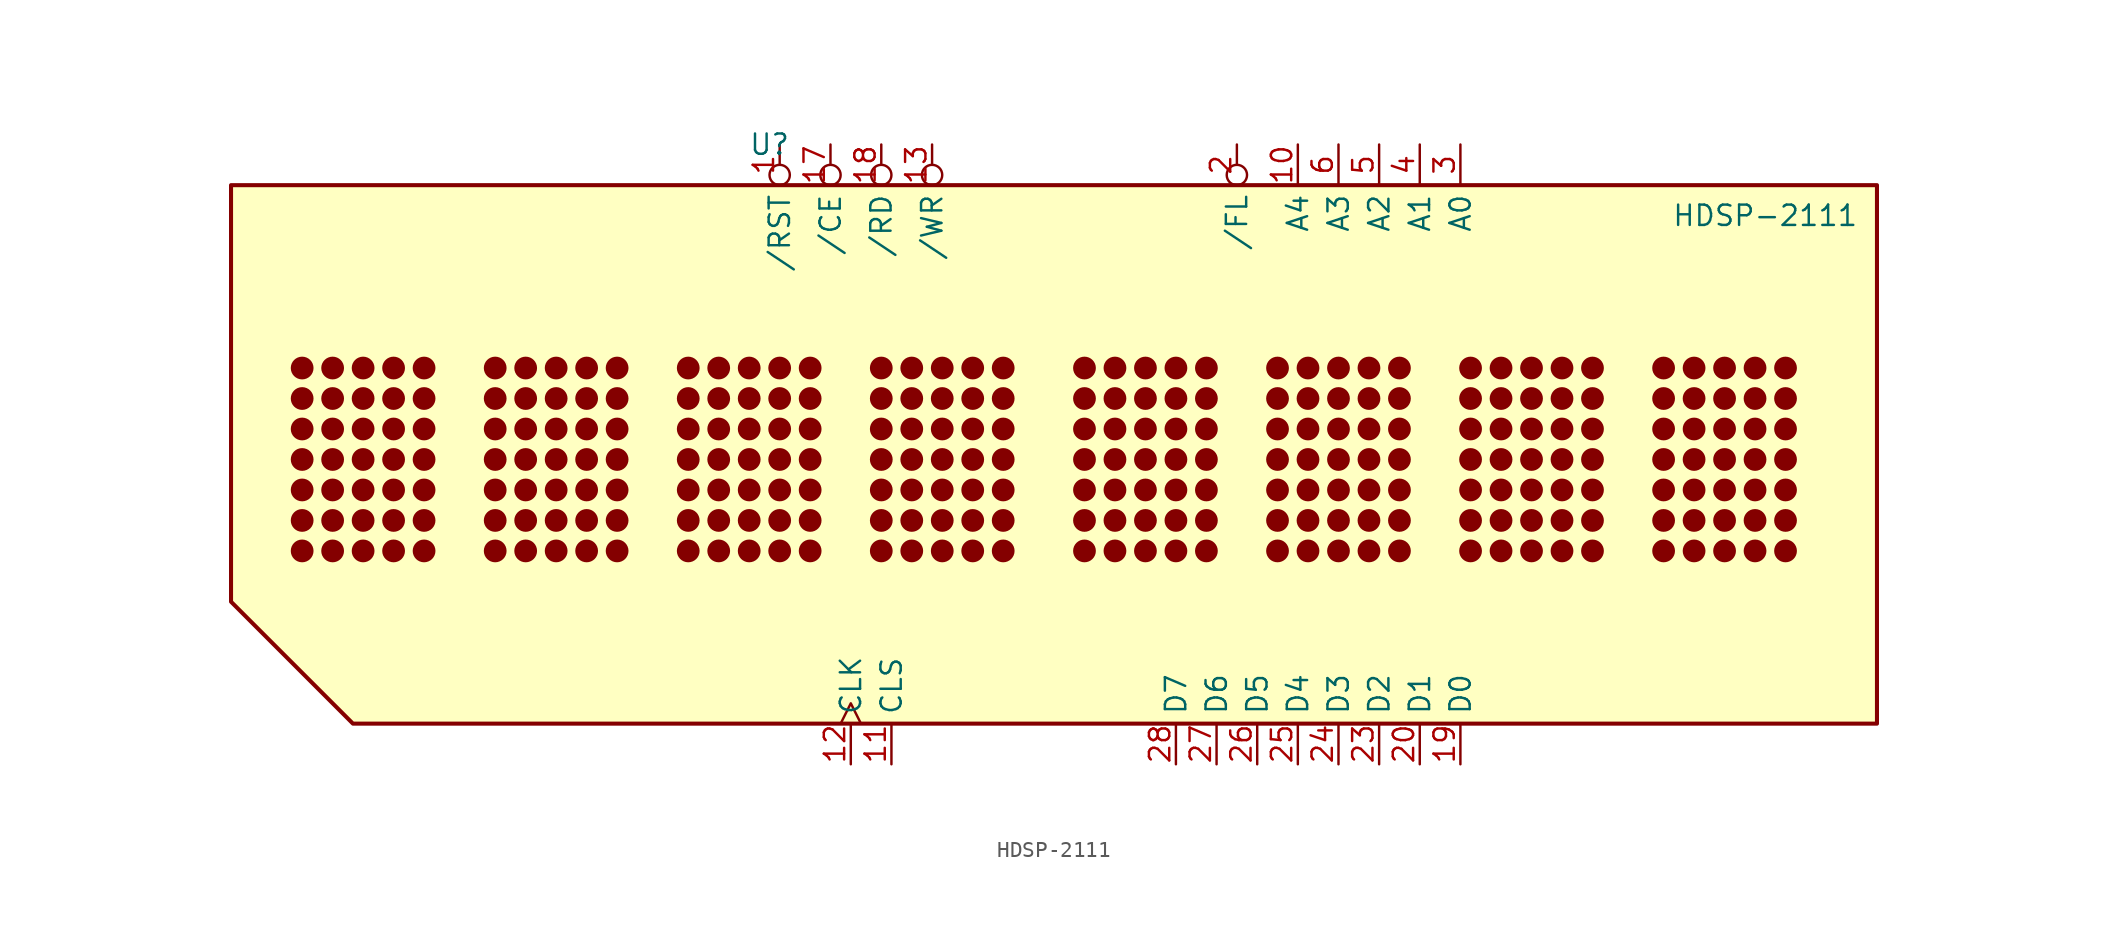
<source format=kicad_sym>
(kicad_symbol_lib
  (version 20211014)
  (generator kicad_symbol_editor)
  (symbol "HDSP-2111"
    (property "Reference" "U"
      (at -17.78 19.685 0)
      (effects (font (size 1.27 1.27))))
    (property "Value" "HDSP-2111"
      (at 44.45 15.24 0)
      (effects (font (size 1.27 1.27))))
    (symbol "HDSP-2111_0_1"
      (circle (center -46.99 -5.715) (radius 0.635) (stroke (width 0) (type default) (color 0 0 0 0)) (fill (type outline)))
      (circle (center -46.99 -3.81) (radius 0.635) (stroke (width 0) (type default) (color 0 0 0 0)) (fill (type outline)))
      (circle (center -46.99 -1.905) (radius 0.635) (stroke (width 0) (type default) (color 0 0 0 0)) (fill (type outline)))
      (circle (center -46.99 0) (radius 0.635) (stroke (width 0) (type default) (color 0 0 0 0)) (fill (type outline)))
      (circle (center -46.99 1.905) (radius 0.635) (stroke (width 0) (type default) (color 0 0 0 0)) (fill (type outline)))
      (circle (center -46.99 3.81) (radius 0.635) (stroke (width 0) (type default) (color 0 0 0 0)) (fill (type outline)))
      (circle (center -46.99 5.715) (radius 0.635) (stroke (width 0) (type default) (color 0 0 0 0)) (fill (type outline)))
      (circle (center -45.085 -5.715) (radius 0.635) (stroke (width 0) (type default) (color 0 0 0 0)) (fill (type outline)))
      (circle (center -45.085 -3.81) (radius 0.635) (stroke (width 0) (type default) (color 0 0 0 0)) (fill (type outline)))
      (circle (center -45.085 -1.905) (radius 0.635) (stroke (width 0) (type default) (color 0 0 0 0)) (fill (type outline)))
      (circle (center -45.085 0) (radius 0.635) (stroke (width 0) (type default) (color 0 0 0 0)) (fill (type outline)))
      (circle (center -45.085 1.905) (radius 0.635) (stroke (width 0) (type default) (color 0 0 0 0)) (fill (type outline)))
      (circle (center -45.085 3.81) (radius 0.635) (stroke (width 0) (type default) (color 0 0 0 0)) (fill (type outline)))
      (circle (center -45.085 5.715) (radius 0.635) (stroke (width 0) (type default) (color 0 0 0 0)) (fill (type outline)))
      (circle (center -43.18 -5.715) (radius 0.635) (stroke (width 0) (type default) (color 0 0 0 0)) (fill (type outline)))
      (circle (center -43.18 -3.81) (radius 0.635) (stroke (width 0) (type default) (color 0 0 0 0)) (fill (type outline)))
      (circle (center -43.18 -1.905) (radius 0.635) (stroke (width 0) (type default) (color 0 0 0 0)) (fill (type outline)))
      (circle (center -43.18 0) (radius 0.635) (stroke (width 0) (type default) (color 0 0 0 0)) (fill (type outline)))
      (circle (center -43.18 1.905) (radius 0.635) (stroke (width 0) (type default) (color 0 0 0 0)) (fill (type outline)))
      (circle (center -43.18 3.81) (radius 0.635) (stroke (width 0) (type default) (color 0 0 0 0)) (fill (type outline)))
      (circle (center -43.18 5.715) (radius 0.635) (stroke (width 0) (type default) (color 0 0 0 0)) (fill (type outline)))
      (circle (center -41.275 -5.715) (radius 0.635) (stroke (width 0) (type default) (color 0 0 0 0)) (fill (type outline)))
      (circle (center -41.275 -3.81) (radius 0.635) (stroke (width 0) (type default) (color 0 0 0 0)) (fill (type outline)))
      (circle (center -41.275 -1.905) (radius 0.635) (stroke (width 0) (type default) (color 0 0 0 0)) (fill (type outline)))
      (circle (center -41.275 0) (radius 0.635) (stroke (width 0) (type default) (color 0 0 0 0)) (fill (type outline)))
      (circle (center -41.275 1.905) (radius 0.635) (stroke (width 0) (type default) (color 0 0 0 0)) (fill (type outline)))
      (circle (center -41.275 3.81) (radius 0.635) (stroke (width 0) (type default) (color 0 0 0 0)) (fill (type outline)))
      (circle (center -41.275 5.715) (radius 0.635) (stroke (width 0) (type default) (color 0 0 0 0)) (fill (type outline)))
      (circle (center -39.37 -5.715) (radius 0.635) (stroke (width 0) (type default) (color 0 0 0 0)) (fill (type outline)))
      (circle (center -39.37 -3.81) (radius 0.635) (stroke (width 0) (type default) (color 0 0 0 0)) (fill (type outline)))
      (circle (center -39.37 -1.905) (radius 0.635) (stroke (width 0) (type default) (color 0 0 0 0)) (fill (type outline)))
      (circle (center -39.37 0) (radius 0.635) (stroke (width 0) (type default) (color 0 0 0 0)) (fill (type outline)))
      (circle (center -39.37 1.905) (radius 0.635) (stroke (width 0) (type default) (color 0 0 0 0)) (fill (type outline)))
      (circle (center -39.37 3.81) (radius 0.635) (stroke (width 0) (type default) (color 0 0 0 0)) (fill (type outline)))
      (circle (center -39.37 5.715) (radius 0.635) (stroke (width 0) (type default) (color 0 0 0 0)) (fill (type outline)))
      (circle (center -34.925 -5.715) (radius 0.635) (stroke (width 0) (type default) (color 0 0 0 0)) (fill (type outline)))
      (circle (center -34.925 -3.81) (radius 0.635) (stroke (width 0) (type default) (color 0 0 0 0)) (fill (type outline)))
      (circle (center -34.925 -1.905) (radius 0.635) (stroke (width 0) (type default) (color 0 0 0 0)) (fill (type outline)))
      (circle (center -34.925 0) (radius 0.635) (stroke (width 0) (type default) (color 0 0 0 0)) (fill (type outline)))
      (circle (center -34.925 1.905) (radius 0.635) (stroke (width 0) (type default) (color 0 0 0 0)) (fill (type outline)))
      (circle (center -34.925 3.81) (radius 0.635) (stroke (width 0) (type default) (color 0 0 0 0)) (fill (type outline)))
      (circle (center -34.925 5.715) (radius 0.635) (stroke (width 0) (type default) (color 0 0 0 0)) (fill (type outline)))
      (circle (center -33.02 -5.715) (radius 0.635) (stroke (width 0) (type default) (color 0 0 0 0)) (fill (type outline)))
      (circle (center -33.02 -3.81) (radius 0.635) (stroke (width 0) (type default) (color 0 0 0 0)) (fill (type outline)))
      (circle (center -33.02 -1.905) (radius 0.635) (stroke (width 0) (type default) (color 0 0 0 0)) (fill (type outline)))
      (circle (center -33.02 0) (radius 0.635) (stroke (width 0) (type default) (color 0 0 0 0)) (fill (type outline)))
      (circle (center -33.02 1.905) (radius 0.635) (stroke (width 0) (type default) (color 0 0 0 0)) (fill (type outline)))
      (circle (center -33.02 3.81) (radius 0.635) (stroke (width 0) (type default) (color 0 0 0 0)) (fill (type outline)))
      (circle (center -33.02 5.715) (radius 0.635) (stroke (width 0) (type default) (color 0 0 0 0)) (fill (type outline)))
      (circle (center -31.115 -5.715) (radius 0.635) (stroke (width 0) (type default) (color 0 0 0 0)) (fill (type outline)))
      (circle (center -31.115 -3.81) (radius 0.635) (stroke (width 0) (type default) (color 0 0 0 0)) (fill (type outline)))
      (circle (center -31.115 -1.905) (radius 0.635) (stroke (width 0) (type default) (color 0 0 0 0)) (fill (type outline)))
      (circle (center -31.115 0) (radius 0.635) (stroke (width 0) (type default) (color 0 0 0 0)) (fill (type outline)))
      (circle (center -31.115 1.905) (radius 0.635) (stroke (width 0) (type default) (color 0 0 0 0)) (fill (type outline)))
      (circle (center -31.115 3.81) (radius 0.635) (stroke (width 0) (type default) (color 0 0 0 0)) (fill (type outline)))
      (circle (center -31.115 5.715) (radius 0.635) (stroke (width 0) (type default) (color 0 0 0 0)) (fill (type outline)))
      (circle (center -29.21 -5.715) (radius 0.635) (stroke (width 0) (type default) (color 0 0 0 0)) (fill (type outline)))
      (circle (center -29.21 -3.81) (radius 0.635) (stroke (width 0) (type default) (color 0 0 0 0)) (fill (type outline)))
      (circle (center -29.21 -1.905) (radius 0.635) (stroke (width 0) (type default) (color 0 0 0 0)) (fill (type outline)))
      (circle (center -29.21 0) (radius 0.635) (stroke (width 0) (type default) (color 0 0 0 0)) (fill (type outline)))
      (circle (center -29.21 1.905) (radius 0.635) (stroke (width 0) (type default) (color 0 0 0 0)) (fill (type outline)))
      (circle (center -29.21 3.81) (radius 0.635) (stroke (width 0) (type default) (color 0 0 0 0)) (fill (type outline)))
      (circle (center -29.21 5.715) (radius 0.635) (stroke (width 0) (type default) (color 0 0 0 0)) (fill (type outline)))
      (circle (center -27.305 -5.715) (radius 0.635) (stroke (width 0) (type default) (color 0 0 0 0)) (fill (type outline)))
      (circle (center -27.305 -3.81) (radius 0.635) (stroke (width 0) (type default) (color 0 0 0 0)) (fill (type outline)))
      (circle (center -27.305 -1.905) (radius 0.635) (stroke (width 0) (type default) (color 0 0 0 0)) (fill (type outline)))
      (circle (center -27.305 0) (radius 0.635) (stroke (width 0) (type default) (color 0 0 0 0)) (fill (type outline)))
      (circle (center -27.305 1.905) (radius 0.635) (stroke (width 0) (type default) (color 0 0 0 0)) (fill (type outline)))
      (circle (center -27.305 3.81) (radius 0.635) (stroke (width 0) (type default) (color 0 0 0 0)) (fill (type outline)))
      (circle (center -27.305 5.715) (radius 0.635) (stroke (width 0) (type default) (color 0 0 0 0)) (fill (type outline)))
      (circle (center -22.86 -5.715) (radius 0.635) (stroke (width 0) (type default) (color 0 0 0 0)) (fill (type outline)))
      (circle (center -22.86 -3.81) (radius 0.635) (stroke (width 0) (type default) (color 0 0 0 0)) (fill (type outline)))
      (circle (center -22.86 -1.905) (radius 0.635) (stroke (width 0) (type default) (color 0 0 0 0)) (fill (type outline)))
      (circle (center -22.86 0) (radius 0.635) (stroke (width 0) (type default) (color 0 0 0 0)) (fill (type outline)))
      (circle (center -22.86 1.905) (radius 0.635) (stroke (width 0) (type default) (color 0 0 0 0)) (fill (type outline)))
      (circle (center -22.86 3.81) (radius 0.635) (stroke (width 0) (type default) (color 0 0 0 0)) (fill (type outline)))
      (circle (center -22.86 5.715) (radius 0.635) (stroke (width 0) (type default) (color 0 0 0 0)) (fill (type outline)))
      (circle (center -20.955 -5.715) (radius 0.635) (stroke (width 0) (type default) (color 0 0 0 0)) (fill (type outline)))
      (circle (center -20.955 -3.81) (radius 0.635) (stroke (width 0) (type default) (color 0 0 0 0)) (fill (type outline)))
      (circle (center -20.955 -1.905) (radius 0.635) (stroke (width 0) (type default) (color 0 0 0 0)) (fill (type outline)))
      (circle (center -20.955 0) (radius 0.635) (stroke (width 0) (type default) (color 0 0 0 0)) (fill (type outline)))
      (circle (center -20.955 1.905) (radius 0.635) (stroke (width 0) (type default) (color 0 0 0 0)) (fill (type outline)))
      (circle (center -20.955 3.81) (radius 0.635) (stroke (width 0) (type default) (color 0 0 0 0)) (fill (type outline)))
      (circle (center -20.955 5.715) (radius 0.635) (stroke (width 0) (type default) (color 0 0 0 0)) (fill (type outline)))
      (circle (center -19.05 -5.715) (radius 0.635) (stroke (width 0) (type default) (color 0 0 0 0)) (fill (type outline)))
      (circle (center -19.05 -3.81) (radius 0.635) (stroke (width 0) (type default) (color 0 0 0 0)) (fill (type outline)))
      (circle (center -19.05 -1.905) (radius 0.635) (stroke (width 0) (type default) (color 0 0 0 0)) (fill (type outline)))
      (circle (center -19.05 0) (radius 0.635) (stroke (width 0) (type default) (color 0 0 0 0)) (fill (type outline)))
      (circle (center -19.05 1.905) (radius 0.635) (stroke (width 0) (type default) (color 0 0 0 0)) (fill (type outline)))
      (circle (center -19.05 3.81) (radius 0.635) (stroke (width 0) (type default) (color 0 0 0 0)) (fill (type outline)))
      (circle (center -19.05 5.715) (radius 0.635) (stroke (width 0) (type default) (color 0 0 0 0)) (fill (type outline)))
      (circle (center -17.145 -5.715) (radius 0.635) (stroke (width 0) (type default) (color 0 0 0 0)) (fill (type outline)))
      (circle (center -17.145 -3.81) (radius 0.635) (stroke (width 0) (type default) (color 0 0 0 0)) (fill (type outline)))
      (circle (center -17.145 -1.905) (radius 0.635) (stroke (width 0) (type default) (color 0 0 0 0)) (fill (type outline)))
      (circle (center -17.145 0) (radius 0.635) (stroke (width 0) (type default) (color 0 0 0 0)) (fill (type outline)))
      (circle (center -17.145 1.905) (radius 0.635) (stroke (width 0) (type default) (color 0 0 0 0)) (fill (type outline)))
      (circle (center -17.145 3.81) (radius 0.635) (stroke (width 0) (type default) (color 0 0 0 0)) (fill (type outline)))
      (circle (center -17.145 5.715) (radius 0.635) (stroke (width 0) (type default) (color 0 0 0 0)) (fill (type outline)))
      (circle (center -15.24 -5.715) (radius 0.635) (stroke (width 0) (type default) (color 0 0 0 0)) (fill (type outline)))
      (circle (center -15.24 -3.81) (radius 0.635) (stroke (width 0) (type default) (color 0 0 0 0)) (fill (type outline)))
      (circle (center -15.24 -1.905) (radius 0.635) (stroke (width 0) (type default) (color 0 0 0 0)) (fill (type outline)))
      (circle (center -15.24 0) (radius 0.635) (stroke (width 0) (type default) (color 0 0 0 0)) (fill (type outline)))
      (circle (center -15.24 1.905) (radius 0.635) (stroke (width 0) (type default) (color 0 0 0 0)) (fill (type outline)))
      (circle (center -15.24 3.81) (radius 0.635) (stroke (width 0) (type default) (color 0 0 0 0)) (fill (type outline)))
      (circle (center -15.24 5.715) (radius 0.635) (stroke (width 0) (type default) (color 0 0 0 0)) (fill (type outline)))
      (circle (center -10.795 -5.715) (radius 0.635) (stroke (width 0) (type default) (color 0 0 0 0)) (fill (type outline)))
      (circle (center -10.795 -3.81) (radius 0.635) (stroke (width 0) (type default) (color 0 0 0 0)) (fill (type outline)))
      (circle (center -10.795 -1.905) (radius 0.635) (stroke (width 0) (type default) (color 0 0 0 0)) (fill (type outline)))
      (circle (center -10.795 0) (radius 0.635) (stroke (width 0) (type default) (color 0 0 0 0)) (fill (type outline)))
      (circle (center -10.795 1.905) (radius 0.635) (stroke (width 0) (type default) (color 0 0 0 0)) (fill (type outline)))
      (circle (center -10.795 3.81) (radius 0.635) (stroke (width 0) (type default) (color 0 0 0 0)) (fill (type outline)))
      (circle (center -10.795 5.715) (radius 0.635) (stroke (width 0) (type default) (color 0 0 0 0)) (fill (type outline)))
      (circle (center -8.89 -5.715) (radius 0.635) (stroke (width 0) (type default) (color 0 0 0 0)) (fill (type outline)))
      (circle (center -8.89 -3.81) (radius 0.635) (stroke (width 0) (type default) (color 0 0 0 0)) (fill (type outline)))
      (circle (center -8.89 -1.905) (radius 0.635) (stroke (width 0) (type default) (color 0 0 0 0)) (fill (type outline)))
      (circle (center -8.89 0) (radius 0.635) (stroke (width 0) (type default) (color 0 0 0 0)) (fill (type outline)))
      (circle (center -8.89 1.905) (radius 0.635) (stroke (width 0) (type default) (color 0 0 0 0)) (fill (type outline)))
      (circle (center -8.89 3.81) (radius 0.635) (stroke (width 0) (type default) (color 0 0 0 0)) (fill (type outline)))
      (circle (center -8.89 5.715) (radius 0.635) (stroke (width 0) (type default) (color 0 0 0 0)) (fill (type outline)))
      (circle (center -6.985 -5.715) (radius 0.635) (stroke (width 0) (type default) (color 0 0 0 0)) (fill (type outline)))
      (circle (center -6.985 -3.81) (radius 0.635) (stroke (width 0) (type default) (color 0 0 0 0)) (fill (type outline)))
      (circle (center -6.985 -1.905) (radius 0.635) (stroke (width 0) (type default) (color 0 0 0 0)) (fill (type outline)))
      (circle (center -6.985 0) (radius 0.635) (stroke (width 0) (type default) (color 0 0 0 0)) (fill (type outline)))
      (circle (center -6.985 1.905) (radius 0.635) (stroke (width 0) (type default) (color 0 0 0 0)) (fill (type outline)))
      (circle (center -6.985 3.81) (radius 0.635) (stroke (width 0) (type default) (color 0 0 0 0)) (fill (type outline)))
      (circle (center -6.985 5.715) (radius 0.635) (stroke (width 0) (type default) (color 0 0 0 0)) (fill (type outline)))
      (circle (center -5.08 -5.715) (radius 0.635) (stroke (width 0) (type default) (color 0 0 0 0)) (fill (type outline)))
      (circle (center -5.08 -3.81) (radius 0.635) (stroke (width 0) (type default) (color 0 0 0 0)) (fill (type outline)))
      (circle (center -5.08 -1.905) (radius 0.635) (stroke (width 0) (type default) (color 0 0 0 0)) (fill (type outline)))
      (circle (center -5.08 0) (radius 0.635) (stroke (width 0) (type default) (color 0 0 0 0)) (fill (type outline)))
      (circle (center -5.08 1.905) (radius 0.635) (stroke (width 0) (type default) (color 0 0 0 0)) (fill (type outline)))
      (circle (center -5.08 3.81) (radius 0.635) (stroke (width 0) (type default) (color 0 0 0 0)) (fill (type outline)))
      (circle (center -5.08 5.715) (radius 0.635) (stroke (width 0) (type default) (color 0 0 0 0)) (fill (type outline)))
      (circle (center -3.175 -5.715) (radius 0.635) (stroke (width 0) (type default) (color 0 0 0 0)) (fill (type outline)))
      (circle (center -3.175 -3.81) (radius 0.635) (stroke (width 0) (type default) (color 0 0 0 0)) (fill (type outline)))
      (circle (center -3.175 -1.905) (radius 0.635) (stroke (width 0) (type default) (color 0 0 0 0)) (fill (type outline)))
      (circle (center -3.175 0) (radius 0.635) (stroke (width 0) (type default) (color 0 0 0 0)) (fill (type outline)))
      (circle (center -3.175 1.905) (radius 0.635) (stroke (width 0) (type default) (color 0 0 0 0)) (fill (type outline)))
      (circle (center -3.175 3.81) (radius 0.635) (stroke (width 0) (type default) (color 0 0 0 0)) (fill (type outline)))
      (circle (center -3.175 5.715) (radius 0.635) (stroke (width 0) (type default) (color 0 0 0 0)) (fill (type outline)))
      (polyline (pts (xy -51.435 -8.89) (xy -43.815 -16.51) (xy 51.435 -16.51) (xy 51.435 17.145) (xy -51.435 17.145) (xy -51.435 -8.89)) (stroke (width 0.254) (type default) (color 0 0 0 0)) (fill (type background)))
      (circle (center 1.905 -5.715) (radius 0.635) (stroke (width 0) (type default) (color 0 0 0 0)) (fill (type outline)))
      (circle (center 1.905 -3.81) (radius 0.635) (stroke (width 0) (type default) (color 0 0 0 0)) (fill (type outline)))
      (circle (center 1.905 -1.905) (radius 0.635) (stroke (width 0) (type default) (color 0 0 0 0)) (fill (type outline)))
      (circle (center 1.905 0) (radius 0.635) (stroke (width 0) (type default) (color 0 0 0 0)) (fill (type outline)))
      (circle (center 1.905 1.905) (radius 0.635) (stroke (width 0) (type default) (color 0 0 0 0)) (fill (type outline)))
      (circle (center 1.905 3.81) (radius 0.635) (stroke (width 0) (type default) (color 0 0 0 0)) (fill (type outline)))
      (circle (center 1.905 5.715) (radius 0.635) (stroke (width 0) (type default) (color 0 0 0 0)) (fill (type outline)))
      (circle (center 3.81 -5.715) (radius 0.635) (stroke (width 0) (type default) (color 0 0 0 0)) (fill (type outline)))
      (circle (center 3.81 -3.81) (radius 0.635) (stroke (width 0) (type default) (color 0 0 0 0)) (fill (type outline)))
      (circle (center 3.81 -1.905) (radius 0.635) (stroke (width 0) (type default) (color 0 0 0 0)) (fill (type outline)))
      (circle (center 3.81 0) (radius 0.635) (stroke (width 0) (type default) (color 0 0 0 0)) (fill (type outline)))
      (circle (center 3.81 1.905) (radius 0.635) (stroke (width 0) (type default) (color 0 0 0 0)) (fill (type outline)))
      (circle (center 3.81 3.81) (radius 0.635) (stroke (width 0) (type default) (color 0 0 0 0)) (fill (type outline)))
      (circle (center 3.81 5.715) (radius 0.635) (stroke (width 0) (type default) (color 0 0 0 0)) (fill (type outline)))
      (circle (center 5.715 -5.715) (radius 0.635) (stroke (width 0) (type default) (color 0 0 0 0)) (fill (type outline)))
      (circle (center 5.715 -3.81) (radius 0.635) (stroke (width 0) (type default) (color 0 0 0 0)) (fill (type outline)))
      (circle (center 5.715 -1.905) (radius 0.635) (stroke (width 0) (type default) (color 0 0 0 0)) (fill (type outline)))
      (circle (center 5.715 0) (radius 0.635) (stroke (width 0) (type default) (color 0 0 0 0)) (fill (type outline)))
      (circle (center 5.715 1.905) (radius 0.635) (stroke (width 0) (type default) (color 0 0 0 0)) (fill (type outline)))
      (circle (center 5.715 3.81) (radius 0.635) (stroke (width 0) (type default) (color 0 0 0 0)) (fill (type outline)))
      (circle (center 5.715 5.715) (radius 0.635) (stroke (width 0) (type default) (color 0 0 0 0)) (fill (type outline)))
      (circle (center 7.62 -5.715) (radius 0.635) (stroke (width 0) (type default) (color 0 0 0 0)) (fill (type outline)))
      (circle (center 7.62 -3.81) (radius 0.635) (stroke (width 0) (type default) (color 0 0 0 0)) (fill (type outline)))
      (circle (center 7.62 -1.905) (radius 0.635) (stroke (width 0) (type default) (color 0 0 0 0)) (fill (type outline)))
      (circle (center 7.62 0) (radius 0.635) (stroke (width 0) (type default) (color 0 0 0 0)) (fill (type outline)))
      (circle (center 7.62 1.905) (radius 0.635) (stroke (width 0) (type default) (color 0 0 0 0)) (fill (type outline)))
      (circle (center 7.62 3.81) (radius 0.635) (stroke (width 0) (type default) (color 0 0 0 0)) (fill (type outline)))
      (circle (center 7.62 5.715) (radius 0.635) (stroke (width 0) (type default) (color 0 0 0 0)) (fill (type outline)))
      (circle (center 9.525 -5.715) (radius 0.635) (stroke (width 0) (type default) (color 0 0 0 0)) (fill (type outline)))
      (circle (center 9.525 -3.81) (radius 0.635) (stroke (width 0) (type default) (color 0 0 0 0)) (fill (type outline)))
      (circle (center 9.525 -1.905) (radius 0.635) (stroke (width 0) (type default) (color 0 0 0 0)) (fill (type outline)))
      (circle (center 9.525 0) (radius 0.635) (stroke (width 0) (type default) (color 0 0 0 0)) (fill (type outline)))
      (circle (center 9.525 1.905) (radius 0.635) (stroke (width 0) (type default) (color 0 0 0 0)) (fill (type outline)))
      (circle (center 9.525 3.81) (radius 0.635) (stroke (width 0) (type default) (color 0 0 0 0)) (fill (type outline)))
      (circle (center 9.525 5.715) (radius 0.635) (stroke (width 0) (type default) (color 0 0 0 0)) (fill (type outline)))
      (circle (center 13.97 -5.715) (radius 0.635) (stroke (width 0) (type default) (color 0 0 0 0)) (fill (type outline)))
      (circle (center 13.97 -3.81) (radius 0.635) (stroke (width 0) (type default) (color 0 0 0 0)) (fill (type outline)))
      (circle (center 13.97 -1.905) (radius 0.635) (stroke (width 0) (type default) (color 0 0 0 0)) (fill (type outline)))
      (circle (center 13.97 0) (radius 0.635) (stroke (width 0) (type default) (color 0 0 0 0)) (fill (type outline)))
      (circle (center 13.97 1.905) (radius 0.635) (stroke (width 0) (type default) (color 0 0 0 0)) (fill (type outline)))
      (circle (center 13.97 3.81) (radius 0.635) (stroke (width 0) (type default) (color 0 0 0 0)) (fill (type outline)))
      (circle (center 13.97 5.715) (radius 0.635) (stroke (width 0) (type default) (color 0 0 0 0)) (fill (type outline)))
      (circle (center 15.875 -5.715) (radius 0.635) (stroke (width 0) (type default) (color 0 0 0 0)) (fill (type outline)))
      (circle (center 15.875 -3.81) (radius 0.635) (stroke (width 0) (type default) (color 0 0 0 0)) (fill (type outline)))
      (circle (center 15.875 -1.905) (radius 0.635) (stroke (width 0) (type default) (color 0 0 0 0)) (fill (type outline)))
      (circle (center 15.875 0) (radius 0.635) (stroke (width 0) (type default) (color 0 0 0 0)) (fill (type outline)))
      (circle (center 15.875 1.905) (radius 0.635) (stroke (width 0) (type default) (color 0 0 0 0)) (fill (type outline)))
      (circle (center 15.875 3.81) (radius 0.635) (stroke (width 0) (type default) (color 0 0 0 0)) (fill (type outline)))
      (circle (center 15.875 5.715) (radius 0.635) (stroke (width 0) (type default) (color 0 0 0 0)) (fill (type outline)))
      (circle (center 17.78 -5.715) (radius 0.635) (stroke (width 0) (type default) (color 0 0 0 0)) (fill (type outline)))
      (circle (center 17.78 -3.81) (radius 0.635) (stroke (width 0) (type default) (color 0 0 0 0)) (fill (type outline)))
      (circle (center 17.78 -1.905) (radius 0.635) (stroke (width 0) (type default) (color 0 0 0 0)) (fill (type outline)))
      (circle (center 17.78 0) (radius 0.635) (stroke (width 0) (type default) (color 0 0 0 0)) (fill (type outline)))
      (circle (center 17.78 1.905) (radius 0.635) (stroke (width 0) (type default) (color 0 0 0 0)) (fill (type outline)))
      (circle (center 17.78 3.81) (radius 0.635) (stroke (width 0) (type default) (color 0 0 0 0)) (fill (type outline)))
      (circle (center 17.78 5.715) (radius 0.635) (stroke (width 0) (type default) (color 0 0 0 0)) (fill (type outline)))
      (circle (center 19.685 -5.715) (radius 0.635) (stroke (width 0) (type default) (color 0 0 0 0)) (fill (type outline)))
      (circle (center 19.685 -3.81) (radius 0.635) (stroke (width 0) (type default) (color 0 0 0 0)) (fill (type outline)))
      (circle (center 19.685 -1.905) (radius 0.635) (stroke (width 0) (type default) (color 0 0 0 0)) (fill (type outline)))
      (circle (center 19.685 0) (radius 0.635) (stroke (width 0) (type default) (color 0 0 0 0)) (fill (type outline)))
      (circle (center 19.685 1.905) (radius 0.635) (stroke (width 0) (type default) (color 0 0 0 0)) (fill (type outline)))
      (circle (center 19.685 3.81) (radius 0.635) (stroke (width 0) (type default) (color 0 0 0 0)) (fill (type outline)))
      (circle (center 19.685 5.715) (radius 0.635) (stroke (width 0) (type default) (color 0 0 0 0)) (fill (type outline)))
      (circle (center 21.59 -5.715) (radius 0.635) (stroke (width 0) (type default) (color 0 0 0 0)) (fill (type outline)))
      (circle (center 21.59 -3.81) (radius 0.635) (stroke (width 0) (type default) (color 0 0 0 0)) (fill (type outline)))
      (circle (center 21.59 -1.905) (radius 0.635) (stroke (width 0) (type default) (color 0 0 0 0)) (fill (type outline)))
      (circle (center 21.59 0) (radius 0.635) (stroke (width 0) (type default) (color 0 0 0 0)) (fill (type outline)))
      (circle (center 21.59 1.905) (radius 0.635) (stroke (width 0) (type default) (color 0 0 0 0)) (fill (type outline)))
      (circle (center 21.59 3.81) (radius 0.635) (stroke (width 0) (type default) (color 0 0 0 0)) (fill (type outline)))
      (circle (center 21.59 5.715) (radius 0.635) (stroke (width 0) (type default) (color 0 0 0 0)) (fill (type outline)))
      (circle (center 26.035 -5.715) (radius 0.635) (stroke (width 0) (type default) (color 0 0 0 0)) (fill (type outline)))
      (circle (center 26.035 -3.81) (radius 0.635) (stroke (width 0) (type default) (color 0 0 0 0)) (fill (type outline)))
      (circle (center 26.035 -1.905) (radius 0.635) (stroke (width 0) (type default) (color 0 0 0 0)) (fill (type outline)))
      (circle (center 26.035 0) (radius 0.635) (stroke (width 0) (type default) (color 0 0 0 0)) (fill (type outline)))
      (circle (center 26.035 1.905) (radius 0.635) (stroke (width 0) (type default) (color 0 0 0 0)) (fill (type outline)))
      (circle (center 26.035 3.81) (radius 0.635) (stroke (width 0) (type default) (color 0 0 0 0)) (fill (type outline)))
      (circle (center 26.035 5.715) (radius 0.635) (stroke (width 0) (type default) (color 0 0 0 0)) (fill (type outline)))
      (circle (center 27.94 -5.715) (radius 0.635) (stroke (width 0) (type default) (color 0 0 0 0)) (fill (type outline)))
      (circle (center 27.94 -3.81) (radius 0.635) (stroke (width 0) (type default) (color 0 0 0 0)) (fill (type outline)))
      (circle (center 27.94 -1.905) (radius 0.635) (stroke (width 0) (type default) (color 0 0 0 0)) (fill (type outline)))
      (circle (center 27.94 0) (radius 0.635) (stroke (width 0) (type default) (color 0 0 0 0)) (fill (type outline)))
      (circle (center 27.94 1.905) (radius 0.635) (stroke (width 0) (type default) (color 0 0 0 0)) (fill (type outline)))
      (circle (center 27.94 3.81) (radius 0.635) (stroke (width 0) (type default) (color 0 0 0 0)) (fill (type outline)))
      (circle (center 27.94 5.715) (radius 0.635) (stroke (width 0) (type default) (color 0 0 0 0)) (fill (type outline)))
      (circle (center 29.845 -5.715) (radius 0.635) (stroke (width 0) (type default) (color 0 0 0 0)) (fill (type outline)))
      (circle (center 29.845 -3.81) (radius 0.635) (stroke (width 0) (type default) (color 0 0 0 0)) (fill (type outline)))
      (circle (center 29.845 -1.905) (radius 0.635) (stroke (width 0) (type default) (color 0 0 0 0)) (fill (type outline)))
      (circle (center 29.845 0) (radius 0.635) (stroke (width 0) (type default) (color 0 0 0 0)) (fill (type outline)))
      (circle (center 29.845 1.905) (radius 0.635) (stroke (width 0) (type default) (color 0 0 0 0)) (fill (type outline)))
      (circle (center 29.845 3.81) (radius 0.635) (stroke (width 0) (type default) (color 0 0 0 0)) (fill (type outline)))
      (circle (center 29.845 5.715) (radius 0.635) (stroke (width 0) (type default) (color 0 0 0 0)) (fill (type outline)))
      (circle (center 31.75 -5.715) (radius 0.635) (stroke (width 0) (type default) (color 0 0 0 0)) (fill (type outline)))
      (circle (center 31.75 -3.81) (radius 0.635) (stroke (width 0) (type default) (color 0 0 0 0)) (fill (type outline)))
      (circle (center 31.75 -1.905) (radius 0.635) (stroke (width 0) (type default) (color 0 0 0 0)) (fill (type outline)))
      (circle (center 31.75 0) (radius 0.635) (stroke (width 0) (type default) (color 0 0 0 0)) (fill (type outline)))
      (circle (center 31.75 1.905) (radius 0.635) (stroke (width 0) (type default) (color 0 0 0 0)) (fill (type outline)))
      (circle (center 31.75 3.81) (radius 0.635) (stroke (width 0) (type default) (color 0 0 0 0)) (fill (type outline)))
      (circle (center 31.75 5.715) (radius 0.635) (stroke (width 0) (type default) (color 0 0 0 0)) (fill (type outline)))
      (circle (center 33.655 -5.715) (radius 0.635) (stroke (width 0) (type default) (color 0 0 0 0)) (fill (type outline)))
      (circle (center 33.655 -3.81) (radius 0.635) (stroke (width 0) (type default) (color 0 0 0 0)) (fill (type outline)))
      (circle (center 33.655 -1.905) (radius 0.635) (stroke (width 0) (type default) (color 0 0 0 0)) (fill (type outline)))
      (circle (center 33.655 0) (radius 0.635) (stroke (width 0) (type default) (color 0 0 0 0)) (fill (type outline)))
      (circle (center 33.655 1.905) (radius 0.635) (stroke (width 0) (type default) (color 0 0 0 0)) (fill (type outline)))
      (circle (center 33.655 3.81) (radius 0.635) (stroke (width 0) (type default) (color 0 0 0 0)) (fill (type outline)))
      (circle (center 33.655 5.715) (radius 0.635) (stroke (width 0) (type default) (color 0 0 0 0)) (fill (type outline)))
      (circle (center 38.1 -5.715) (radius 0.635) (stroke (width 0) (type default) (color 0 0 0 0)) (fill (type outline)))
      (circle (center 38.1 -3.81) (radius 0.635) (stroke (width 0) (type default) (color 0 0 0 0)) (fill (type outline)))
      (circle (center 38.1 -1.905) (radius 0.635) (stroke (width 0) (type default) (color 0 0 0 0)) (fill (type outline)))
      (circle (center 38.1 0) (radius 0.635) (stroke (width 0) (type default) (color 0 0 0 0)) (fill (type outline)))
      (circle (center 38.1 1.905) (radius 0.635) (stroke (width 0) (type default) (color 0 0 0 0)) (fill (type outline)))
      (circle (center 38.1 3.81) (radius 0.635) (stroke (width 0) (type default) (color 0 0 0 0)) (fill (type outline)))
      (circle (center 38.1 5.715) (radius 0.635) (stroke (width 0) (type default) (color 0 0 0 0)) (fill (type outline)))
      (circle (center 40.005 -5.715) (radius 0.635) (stroke (width 0) (type default) (color 0 0 0 0)) (fill (type outline)))
      (circle (center 40.005 -3.81) (radius 0.635) (stroke (width 0) (type default) (color 0 0 0 0)) (fill (type outline)))
      (circle (center 40.005 -1.905) (radius 0.635) (stroke (width 0) (type default) (color 0 0 0 0)) (fill (type outline)))
      (circle (center 40.005 0) (radius 0.635) (stroke (width 0) (type default) (color 0 0 0 0)) (fill (type outline)))
      (circle (center 40.005 1.905) (radius 0.635) (stroke (width 0) (type default) (color 0 0 0 0)) (fill (type outline)))
      (circle (center 40.005 3.81) (radius 0.635) (stroke (width 0) (type default) (color 0 0 0 0)) (fill (type outline)))
      (circle (center 40.005 5.715) (radius 0.635) (stroke (width 0) (type default) (color 0 0 0 0)) (fill (type outline)))
      (circle (center 41.91 -5.715) (radius 0.635) (stroke (width 0) (type default) (color 0 0 0 0)) (fill (type outline)))
      (circle (center 41.91 -3.81) (radius 0.635) (stroke (width 0) (type default) (color 0 0 0 0)) (fill (type outline)))
      (circle (center 41.91 -1.905) (radius 0.635) (stroke (width 0) (type default) (color 0 0 0 0)) (fill (type outline)))
      (circle (center 41.91 0) (radius 0.635) (stroke (width 0) (type default) (color 0 0 0 0)) (fill (type outline)))
      (circle (center 41.91 1.905) (radius 0.635) (stroke (width 0) (type default) (color 0 0 0 0)) (fill (type outline)))
      (circle (center 41.91 3.81) (radius 0.635) (stroke (width 0) (type default) (color 0 0 0 0)) (fill (type outline)))
      (circle (center 41.91 5.715) (radius 0.635) (stroke (width 0) (type default) (color 0 0 0 0)) (fill (type outline)))
      (circle (center 43.815 -5.715) (radius 0.635) (stroke (width 0) (type default) (color 0 0 0 0)) (fill (type outline)))
      (circle (center 43.815 -3.81) (radius 0.635) (stroke (width 0) (type default) (color 0 0 0 0)) (fill (type outline)))
      (circle (center 43.815 -1.905) (radius 0.635) (stroke (width 0) (type default) (color 0 0 0 0)) (fill (type outline)))
      (circle (center 43.815 0) (radius 0.635) (stroke (width 0) (type default) (color 0 0 0 0)) (fill (type outline)))
      (circle (center 43.815 1.905) (radius 0.635) (stroke (width 0) (type default) (color 0 0 0 0)) (fill (type outline)))
      (circle (center 43.815 3.81) (radius 0.635) (stroke (width 0) (type default) (color 0 0 0 0)) (fill (type outline)))
      (circle (center 43.815 5.715) (radius 0.635) (stroke (width 0) (type default) (color 0 0 0 0)) (fill (type outline)))
      (circle (center 45.72 -5.715) (radius 0.635) (stroke (width 0) (type default) (color 0 0 0 0)) (fill (type outline)))
      (circle (center 45.72 -3.81) (radius 0.635) (stroke (width 0) (type default) (color 0 0 0 0)) (fill (type outline)))
      (circle (center 45.72 -1.905) (radius 0.635) (stroke (width 0) (type default) (color 0 0 0 0)) (fill (type outline)))
      (circle (center 45.72 0) (radius 0.635) (stroke (width 0) (type default) (color 0 0 0 0)) (fill (type outline)))
      (circle (center 45.72 1.905) (radius 0.635) (stroke (width 0) (type default) (color 0 0 0 0)) (fill (type outline)))
      (circle (center 45.72 3.81) (radius 0.635) (stroke (width 0) (type default) (color 0 0 0 0)) (fill (type outline)))
      (circle (center 45.72 5.715) (radius 0.635) (stroke (width 0) (type default) (color 0 0 0 0)) (fill (type outline))))
    (symbol "HDSP-2111_1_1"
      (pin input inverted (at -17.145 19.685 270) (length 2.54) (name "/RST" (effects (font (size 1.27 1.27)))) (number "1" (effects (font (size 1.27 1.27)))))
      (pin input line (at 15.24 19.685 270) (length 2.54) (name "A4" (effects (font (size 1.27 1.27)))) (number "10" (effects (font (size 1.27 1.27)))))
      (pin input line (at -10.16 -19.05 90) (length 2.54) (name "CLS" (effects (font (size 1.27 1.27)))) (number "11" (effects (font (size 1.27 1.27)))))
      (pin input clock (at -12.7 -19.05 90) (length 2.54) (name "CLK" (effects (font (size 1.27 1.27)))) (number "12" (effects (font (size 1.27 1.27)))))
      (pin input inverted (at -7.62 19.685 270) (length 2.54) (name "/WR" (effects (font (size 1.27 1.27)))) (number "13" (effects (font (size 1.27 1.27)))))
      (pin power_in line (at -43.18 19.685 270) (length 2.54) hide (name "VCC" (effects (font (size 1.27 1.27)))) (number "14" (effects (font (size 1.27 1.27)))))
      (pin power_in line (at -43.18 -19.05 90) (length 2.54) hide (name "GND" (effects (font (size 1.27 1.27)))) (number "15" (effects (font (size 1.27 1.27)))))
      (pin power_in line (at -38.1 -19.05 90) (length 2.54) hide (name "GND" (effects (font (size 1.27 1.27)))) (number "16" (effects (font (size 1.27 1.27)))))
      (pin input inverted (at -13.97 19.685 270) (length 2.54) (name "/CE" (effects (font (size 1.27 1.27)))) (number "17" (effects (font (size 1.27 1.27)))))
      (pin input inverted (at -10.795 19.685 270) (length 2.54) (name "/RD" (effects (font (size 1.27 1.27)))) (number "18" (effects (font (size 1.27 1.27)))))
      (pin bidirectional line (at 25.4 -19.05 90) (length 2.54) (name "D0" (effects (font (size 1.27 1.27)))) (number "19" (effects (font (size 1.27 1.27)))))
      (pin input inverted (at 11.43 19.685 270) (length 2.54) (name "/FL" (effects (font (size 1.27 1.27)))) (number "2" (effects (font (size 1.27 1.27)))))
      (pin bidirectional line (at 22.86 -19.05 90) (length 2.54) (name "D1" (effects (font (size 1.27 1.27)))) (number "20" (effects (font (size 1.27 1.27)))))
      (pin bidirectional line (at 20.32 -19.05 90) (length 2.54) (name "D2" (effects (font (size 1.27 1.27)))) (number "23" (effects (font (size 1.27 1.27)))))
      (pin bidirectional line (at 17.78 -19.05 90) (length 2.54) (name "D3" (effects (font (size 1.27 1.27)))) (number "24" (effects (font (size 1.27 1.27)))))
      (pin bidirectional line (at 15.24 -19.05 90) (length 2.54) (name "D4" (effects (font (size 1.27 1.27)))) (number "25" (effects (font (size 1.27 1.27)))))
      (pin bidirectional line (at 12.7 -19.05 90) (length 2.54) (name "D5" (effects (font (size 1.27 1.27)))) (number "26" (effects (font (size 1.27 1.27)))))
      (pin bidirectional line (at 10.16 -19.05 90) (length 2.54) (name "D6" (effects (font (size 1.27 1.27)))) (number "27" (effects (font (size 1.27 1.27)))))
      (pin bidirectional line (at 7.62 -19.05 90) (length 2.54) (name "D7" (effects (font (size 1.27 1.27)))) (number "28" (effects (font (size 1.27 1.27)))))
      (pin input line (at 25.4 19.685 270) (length 2.54) (name "A0" (effects (font (size 1.27 1.27)))) (number "3" (effects (font (size 1.27 1.27)))))
      (pin input line (at 22.86 19.685 270) (length 2.54) (name "A1" (effects (font (size 1.27 1.27)))) (number "4" (effects (font (size 1.27 1.27)))))
      (pin input line (at 20.32 19.685 270) (length 2.54) (name "A2" (effects (font (size 1.27 1.27)))) (number "5" (effects (font (size 1.27 1.27)))))
      (pin input line (at 17.78 19.685 270) (length 2.54) (name "A3" (effects (font (size 1.27 1.27)))) (number "6" (effects (font (size 1.27 1.27))))))))
</source>
